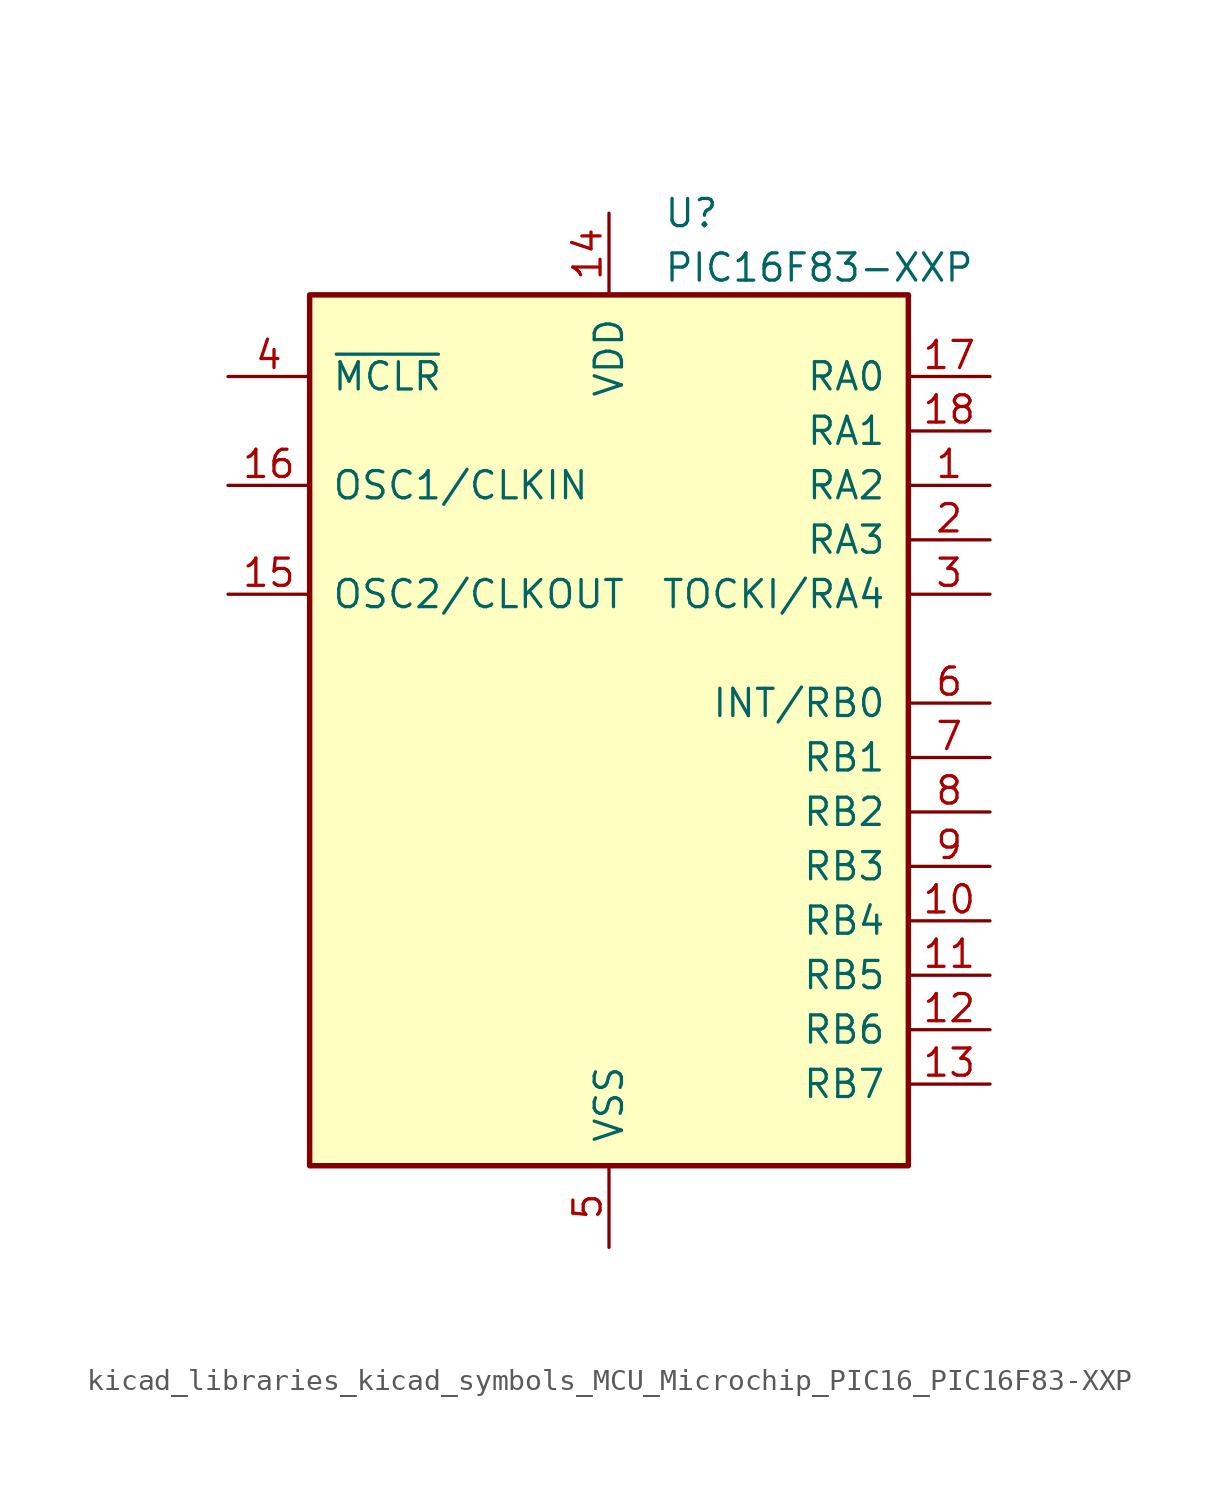
<source format=kicad_sym>
(kicad_symbol_lib
  (version 20220914)
  (generator kicad_symbol_editor)
  (symbol "kicad_libraries_kicad_symbols_MCU_Microchip_PIC16_PIC16F83-XXP"
    (pin_names
      (offset 1.016))
    (property "Reference" "U"
      (at 2.54 22.86 0)
      (effects (font (size 1.27 1.27)) (justify left)))
    (property "Value" "PIC16F83-XXP"
      (at 2.54 20.32 0)
      (effects (font (size 1.27 1.27)) (justify left)))
    (symbol "kicad_libraries_kicad_symbols_MCU_Microchip_PIC16_PIC16F83-XXP_0_1"
      (rectangle (start -13.97 19.05) (end 13.97 -21.59) (stroke (width 0.254) (type default)) (fill (type background))))
    (symbol "kicad_libraries_kicad_symbols_MCU_Microchip_PIC16_PIC16F83-XXP_1_1"
      (pin bidirectional line (at 17.78 10.16 180) (length 3.81) (name "RA2" (effects (font (size 1.27 1.27)))) (number "1" (effects (font (size 1.27 1.27)))))
      (pin bidirectional line (at 17.78 -10.16 180) (length 3.81) (name "RB4" (effects (font (size 1.27 1.27)))) (number "10" (effects (font (size 1.27 1.27)))))
      (pin bidirectional line (at 17.78 -12.7 180) (length 3.81) (name "RB5" (effects (font (size 1.27 1.27)))) (number "11" (effects (font (size 1.27 1.27)))))
      (pin bidirectional line (at 17.78 -15.24 180) (length 3.81) (name "RB6" (effects (font (size 1.27 1.27)))) (number "12" (effects (font (size 1.27 1.27)))))
      (pin bidirectional line (at 17.78 -17.78 180) (length 3.81) (name "RB7" (effects (font (size 1.27 1.27)))) (number "13" (effects (font (size 1.27 1.27)))))
      (pin power_in line (at 0 22.86 270) (length 3.81) (name "VDD" (effects (font (size 1.27 1.27)))) (number "14" (effects (font (size 1.27 1.27)))))
      (pin output line (at -17.78 5.08 0) (length 3.81) (name "OSC2/CLKOUT" (effects (font (size 1.27 1.27)))) (number "15" (effects (font (size 1.27 1.27)))))
      (pin input line (at -17.78 10.16 0) (length 3.81) (name "OSC1/CLKIN" (effects (font (size 1.27 1.27)))) (number "16" (effects (font (size 1.27 1.27)))))
      (pin bidirectional line (at 17.78 15.24 180) (length 3.81) (name "RA0" (effects (font (size 1.27 1.27)))) (number "17" (effects (font (size 1.27 1.27)))))
      (pin bidirectional line (at 17.78 12.7 180) (length 3.81) (name "RA1" (effects (font (size 1.27 1.27)))) (number "18" (effects (font (size 1.27 1.27)))))
      (pin bidirectional line (at 17.78 7.62 180) (length 3.81) (name "RA3" (effects (font (size 1.27 1.27)))) (number "2" (effects (font (size 1.27 1.27)))))
      (pin bidirectional line (at 17.78 5.08 180) (length 3.81) (name "TOCKI/RA4" (effects (font (size 1.27 1.27)))) (number "3" (effects (font (size 1.27 1.27)))))
      (pin input line (at -17.78 15.24 0) (length 3.81) (name "~{MCLR}" (effects (font (size 1.27 1.27)))) (number "4" (effects (font (size 1.27 1.27)))))
      (pin power_in line (at 0 -25.4 90) (length 3.81) (name "VSS" (effects (font (size 1.27 1.27)))) (number "5" (effects (font (size 1.27 1.27)))))
      (pin bidirectional line (at 17.78 0 180) (length 3.81) (name "INT/RB0" (effects (font (size 1.27 1.27)))) (number "6" (effects (font (size 1.27 1.27)))))
      (pin bidirectional line (at 17.78 -2.54 180) (length 3.81) (name "RB1" (effects (font (size 1.27 1.27)))) (number "7" (effects (font (size 1.27 1.27)))))
      (pin bidirectional line (at 17.78 -5.08 180) (length 3.81) (name "RB2" (effects (font (size 1.27 1.27)))) (number "8" (effects (font (size 1.27 1.27)))))
      (pin bidirectional line (at 17.78 -7.62 180) (length 3.81) (name "RB3" (effects (font (size 1.27 1.27)))) (number "9" (effects (font (size 1.27 1.27))))))))
</source>
